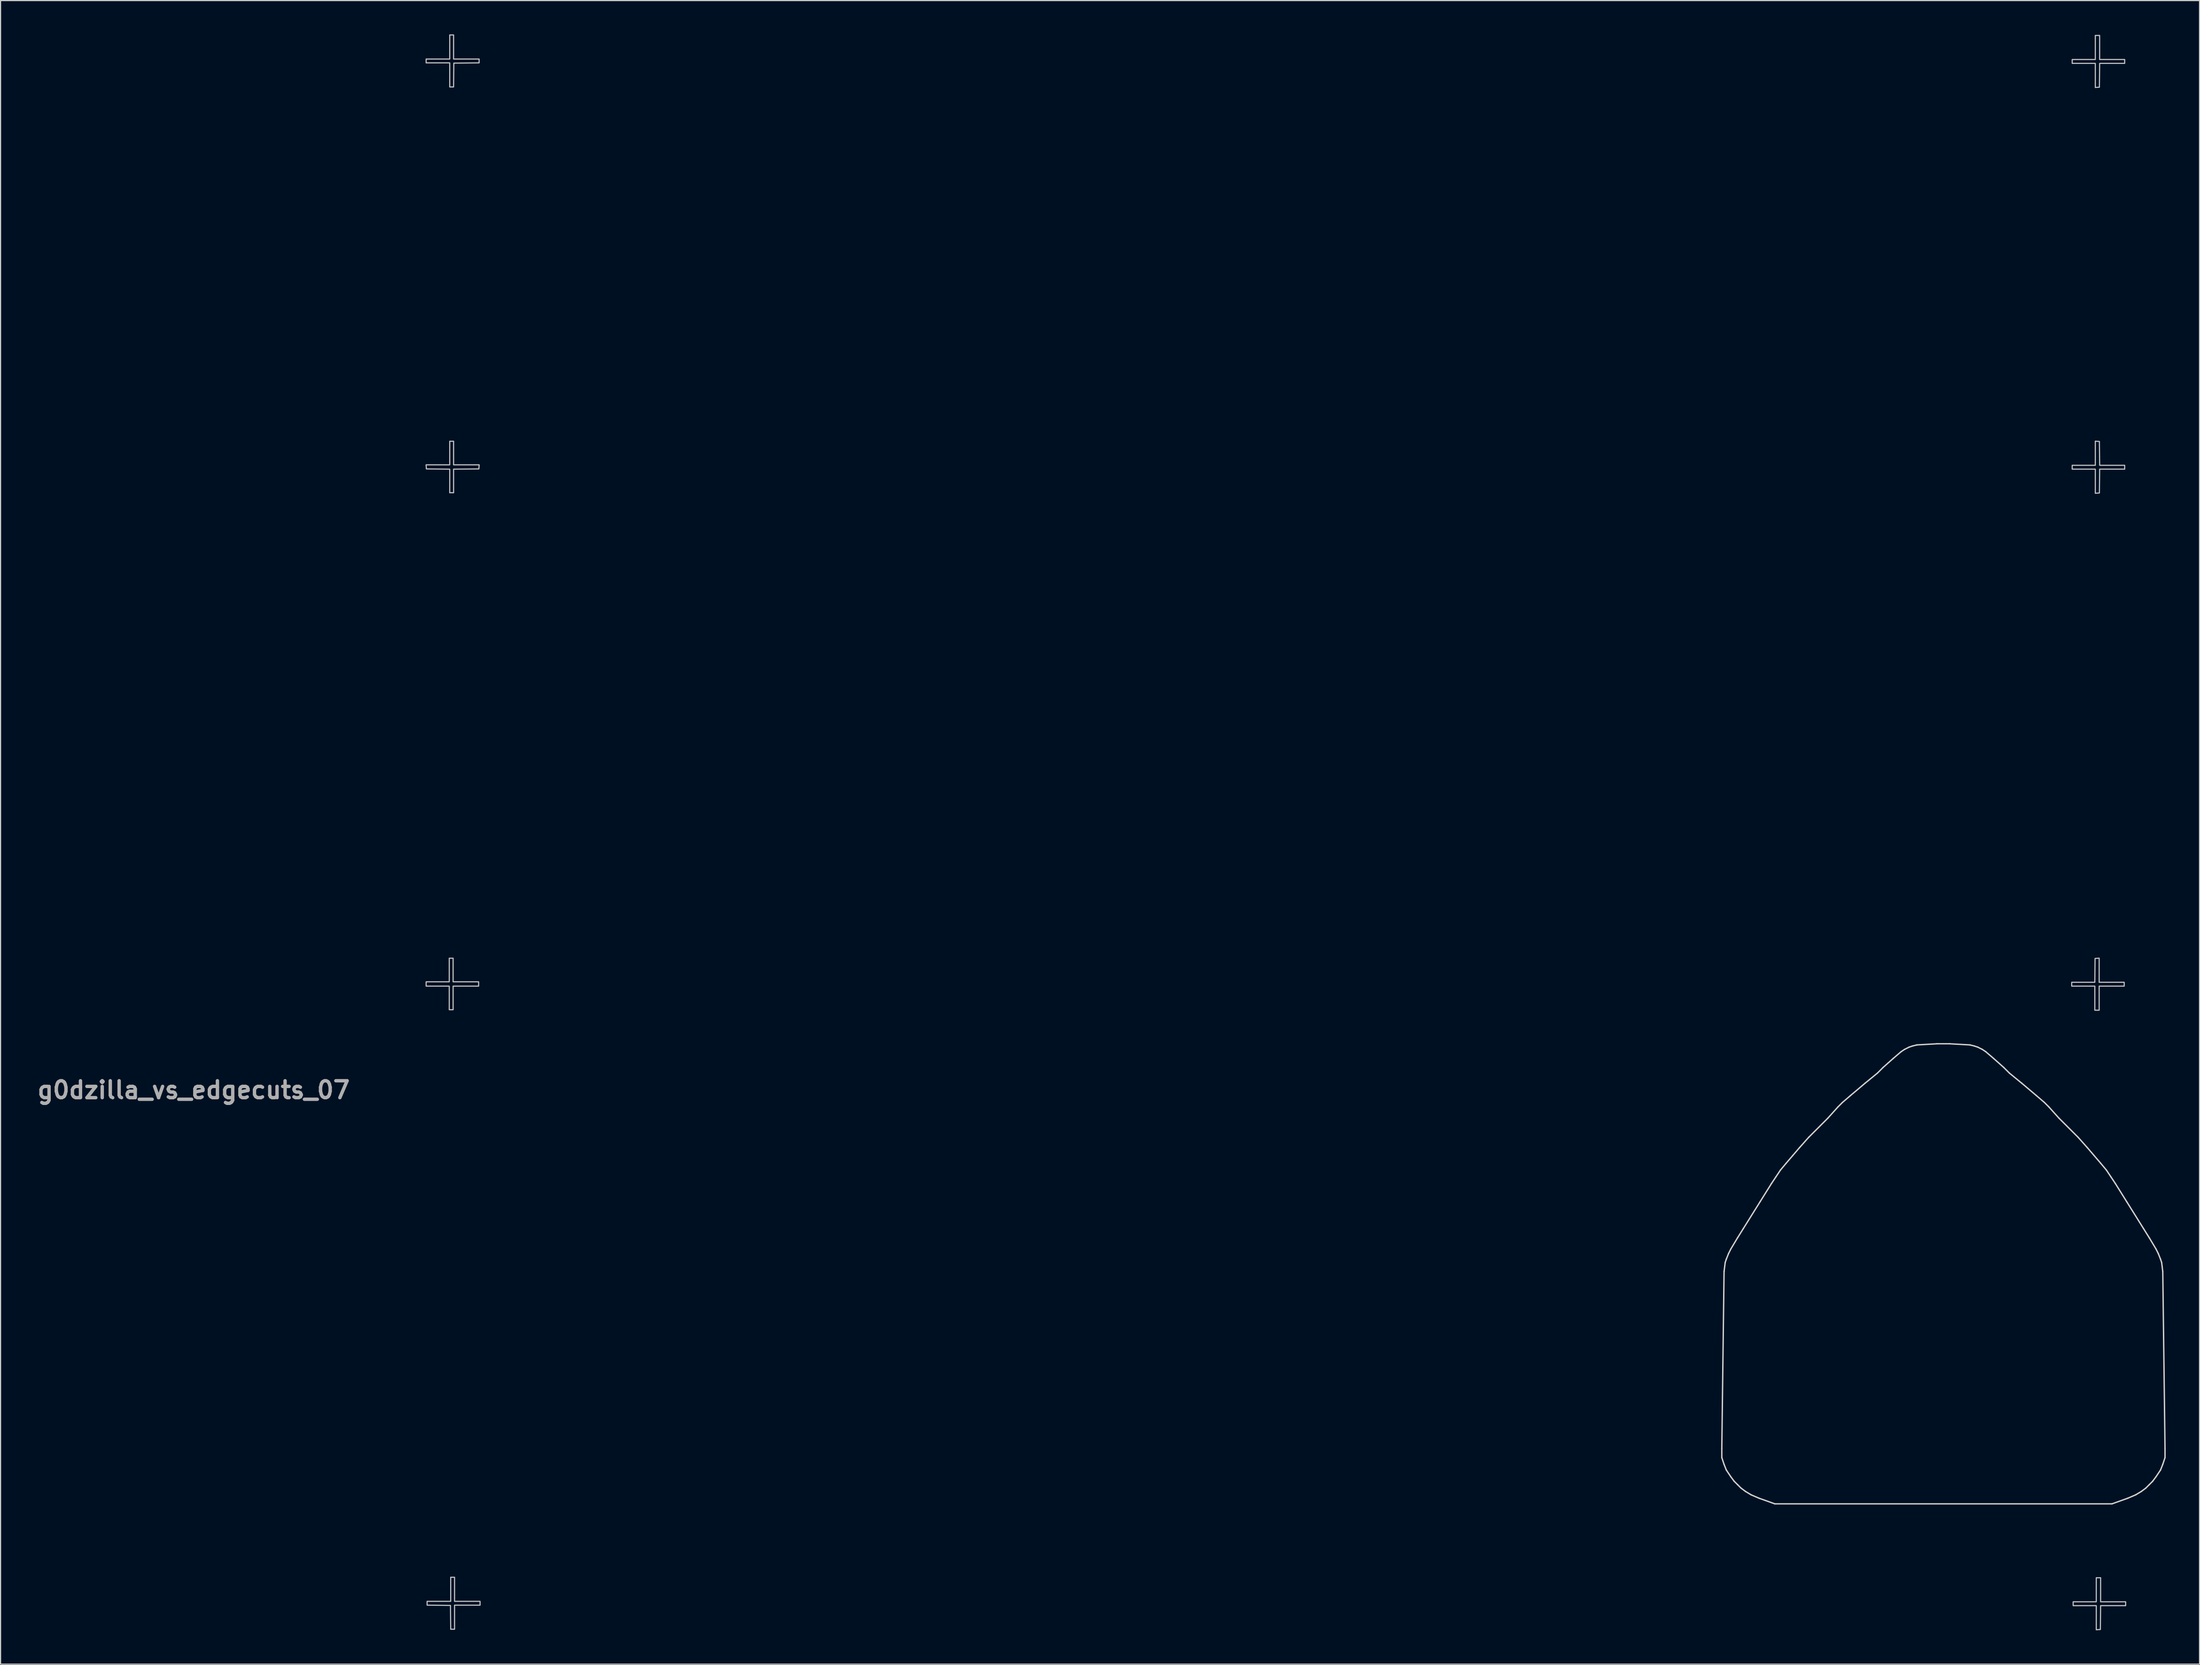
<source format=kicad_pcb>
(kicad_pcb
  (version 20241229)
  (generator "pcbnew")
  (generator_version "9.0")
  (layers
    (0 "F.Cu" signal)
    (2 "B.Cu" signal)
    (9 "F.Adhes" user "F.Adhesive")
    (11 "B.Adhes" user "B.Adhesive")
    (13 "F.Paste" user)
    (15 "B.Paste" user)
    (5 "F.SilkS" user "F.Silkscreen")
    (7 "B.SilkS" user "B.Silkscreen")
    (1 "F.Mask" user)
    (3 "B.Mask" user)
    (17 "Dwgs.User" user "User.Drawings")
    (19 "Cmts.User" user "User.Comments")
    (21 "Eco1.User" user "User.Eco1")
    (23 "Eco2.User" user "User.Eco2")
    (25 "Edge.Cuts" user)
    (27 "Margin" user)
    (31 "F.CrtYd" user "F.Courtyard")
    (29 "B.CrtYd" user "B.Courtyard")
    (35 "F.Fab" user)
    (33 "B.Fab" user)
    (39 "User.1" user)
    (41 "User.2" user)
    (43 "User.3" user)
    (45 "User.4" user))
  (footprint "g0dzilla_vs_edgecuts_07"
    (layer "F.Cu")
    (at 107.521 74.116)
    (property "Reference" "g0dzilla_vs_edgecuts_07" (at -93.4 19.5 0) (layer "F.Fab") (effects (font (size 1.5 1.5) (thickness 0.3))))
    (attr board_only exclude_from_pos_files exclude_from_bom)
    (fp_poly (pts (xy -70.394 8.858) (xy -70.394 9.904) (xy -69.263 9.904) (xy -68.132 9.904) (xy -68.132 10.096) (xy -68.132 10.288) (xy -69.263 10.288) (xy -70.394 10.288) (xy -70.394 11.334) (xy -70.394 12.38) (xy -70.565 12.38) (xy -70.736 12.38) (xy -70.736 11.334) (xy -70.736 10.288) (xy -71.76 10.288) (xy -72.785 10.288) (xy -72.785 10.096) (xy -72.785 9.904) (xy -71.76 9.904) (xy -70.736 9.904) (xy -70.736 8.858) (xy -70.736 7.812) (xy -70.565 7.812) (xy -70.394 7.812)) (stroke (width 0.1) (type solid)) (fill no) (layer "Dwgs.User"))
    (fp_poly (pts (xy -70.352 -72.998) (xy -70.352 -71.931) (xy -69.22 -71.931) (xy -68.089 -71.931) (xy -68.089 -71.761) (xy -68.089 -71.591) (xy -69.21 -71.58) (xy -70.33 -71.568) (xy -70.342 -70.512) (xy -70.353 -69.455) (xy -70.523 -69.455) (xy -70.693 -69.455) (xy -70.693 -70.522) (xy -70.693 -71.59) (xy -71.739 -71.59) (xy -72.785 -71.59) (xy -72.785 -71.76) (xy -72.785 -71.931) (xy -71.739 -71.931) (xy -70.693 -71.931) (xy -70.693 -72.998) (xy -70.693 -74.066) (xy -70.522 -74.066) (xy -70.352 -74.066)) (stroke (width 0.1) (type solid)) (fill no) (layer "Dwgs.User"))
    (fp_poly (pts (xy -70.352 -36.99) (xy -70.352 -35.944) (xy -69.218 -35.944) (xy -68.084 -35.944) (xy -68.097 -35.763) (xy -68.11 -35.581) (xy -69.231 -35.57) (xy -70.352 -35.559) (xy -70.352 -34.513) (xy -70.352 -33.468) (xy -70.522 -33.468) (xy -70.693 -33.468) (xy -70.693 -34.513) (xy -70.693 -35.558) (xy -71.728 -35.57) (xy -72.764 -35.581) (xy -72.777 -35.763) (xy -72.79 -35.944) (xy -71.741 -35.944) (xy -70.693 -35.944) (xy -70.693 -36.99) (xy -70.693 -38.036) (xy -70.522 -38.036) (xy -70.352 -38.036)) (stroke (width 0.1) (type solid)) (fill no) (layer "Dwgs.User"))
    (fp_poly (pts (xy -70.266 63.777) (xy -70.266 64.845) (xy -69.135 64.845) (xy -68.004 64.845) (xy -68.004 65.015) (xy -68.004 65.186) (xy -69.135 65.186) (xy -70.266 65.186) (xy -70.266 66.253) (xy -70.266 67.321) (xy -70.436 67.321) (xy -70.606 67.321) (xy -70.618 66.264) (xy -70.629 65.208) (xy -71.664 65.196) (xy -72.699 65.185) (xy -72.699 65.015) (xy -72.699 64.845) (xy -71.654 64.845) (xy -70.608 64.845) (xy -70.608 63.777) (xy -70.608 62.71) (xy -70.437 62.71) (xy -70.266 62.71)) (stroke (width 0.1) (type solid)) (fill no) (layer "Dwgs.User"))
    (fp_poly (pts (xy 75.4 -38.028) (xy 75.581 -38.015) (xy 75.592 -36.958) (xy 75.604 -35.902) (xy 76.713 -35.902) (xy 77.822 -35.902) (xy 77.822 -35.731) (xy 77.822 -35.56) (xy 76.713 -35.56) (xy 75.604 -35.56) (xy 75.592 -34.503) (xy 75.581 -33.447) (xy 75.4 -33.434) (xy 75.218 -33.421) (xy 75.218 -34.49) (xy 75.218 -35.56) (xy 74.194 -35.56) (xy 73.169 -35.56) (xy 73.169 -35.731) (xy 73.169 -35.902) (xy 74.194 -35.902) (xy 75.218 -35.902) (xy 75.218 -36.971) (xy 75.218 -38.041)) (stroke (width 0.1) (type solid)) (fill no) (layer "Dwgs.User"))
    (fp_poly (pts (xy 75.56 8.877) (xy 75.56 9.947) (xy 76.67 9.947) (xy 77.779 9.947) (xy 77.779 10.117) (xy 77.779 10.288) (xy 76.67 10.288) (xy 75.56 10.288) (xy 75.56 11.355) (xy 75.56 12.423) (xy 75.368 12.423) (xy 75.175 12.423) (xy 75.175 11.355) (xy 75.175 10.288) (xy 74.151 10.288) (xy 73.126 10.288) (xy 73.126 10.117) (xy 73.126 9.947) (xy 74.15 9.947) (xy 75.174 9.947) (xy 75.185 8.89) (xy 75.197 7.833) (xy 75.378 7.82) (xy 75.56 7.807)) (stroke (width 0.1) (type solid)) (fill no) (layer "Dwgs.User"))
    (fp_poly (pts (xy 75.602 -72.956) (xy 75.602 -71.888) (xy 76.712 -71.888) (xy 77.822 -71.888) (xy 77.822 -71.718) (xy 77.822 -71.547) (xy 76.713 -71.547) (xy 75.604 -71.547) (xy 75.592 -70.49) (xy 75.581 -69.434) (xy 75.4 -69.421) (xy 75.218 -69.408) (xy 75.218 -70.477) (xy 75.218 -71.547) (xy 74.194 -71.547) (xy 73.169 -71.547) (xy 73.169 -71.718) (xy 73.169 -71.888) (xy 74.194 -71.888) (xy 75.218 -71.888) (xy 75.218 -72.956) (xy 75.218 -74.023) (xy 75.41 -74.023) (xy 75.602 -74.023)) (stroke (width 0.1) (type solid)) (fill no) (layer "Dwgs.User"))
    (fp_poly (pts (xy 75.688 63.82) (xy 75.688 64.887) (xy 76.798 64.887) (xy 77.908 64.887) (xy 77.908 65.058) (xy 77.908 65.229) (xy 76.798 65.229) (xy 75.689 65.229) (xy 75.678 66.285) (xy 75.666 67.342) (xy 75.485 67.355) (xy 75.304 67.368) (xy 75.304 66.299) (xy 75.304 65.229) (xy 74.279 65.229) (xy 73.254 65.229) (xy 73.254 65.058) (xy 73.254 64.887) (xy 74.279 64.887) (xy 75.304 64.887) (xy 75.304 63.82) (xy 75.304 62.753) (xy 75.496 62.753) (xy 75.688 62.753)) (stroke (width 0.1) (type solid)) (fill no) (layer "Dwgs.User"))
    (fp_line (start 42.1 51.3) (end 42.3 35.6) (stroke (width 0.12) (type default)) (layer "Edge.Cuts"))
    (fp_line (start 42.1 52.1) (end 42.1 51.3) (stroke (width 0.12) (type default)) (layer "Edge.Cuts"))
    (fp_line (start 42.3 35.6) (end 42.4 34.8) (stroke (width 0.12) (type default)) (layer "Edge.Cuts"))
    (fp_line (start 42.3 52.7) (end 42.1 52.1) (stroke (width 0.12) (type default)) (layer "Edge.Cuts"))
    (fp_line (start 42.4 34.8) (end 42.5 34.5) (stroke (width 0.12) (type default)) (layer "Edge.Cuts"))
    (fp_line (start 42.5 34.5) (end 42.7 34) (stroke (width 0.12) (type default)) (layer "Edge.Cuts"))
    (fp_line (start 42.5 53.2) (end 42.3 52.7) (stroke (width 0.12) (type default)) (layer "Edge.Cuts"))
    (fp_line (start 42.7 34) (end 42.9 33.6) (stroke (width 0.12) (type default)) (layer "Edge.Cuts"))
    (fp_line (start 42.9 33.6) (end 43.5 32.6) (stroke (width 0.12) (type default)) (layer "Edge.Cuts"))
    (fp_line (start 42.9 53.8) (end 42.5 53.2) (stroke (width 0.12) (type default)) (layer "Edge.Cuts"))
    (fp_line (start 43.2 54.2) (end 42.9 53.8) (stroke (width 0.12) (type default)) (layer "Edge.Cuts"))
    (fp_line (start 43.5 32.6) (end 44 31.8) (stroke (width 0.12) (type default)) (layer "Edge.Cuts"))
    (fp_line (start 43.5 54.5) (end 43.2 54.2) (stroke (width 0.12) (type default)) (layer "Edge.Cuts"))
    (fp_line (start 43.8 54.8) (end 43.5 54.5) (stroke (width 0.12) (type default)) (layer "Edge.Cuts"))
    (fp_line (start 44 31.8) (end 45.5 29.4) (stroke (width 0.12) (type default)) (layer "Edge.Cuts"))
    (fp_line (start 44.2 55.1) (end 43.8 54.8) (stroke (width 0.12) (type default)) (layer "Edge.Cuts"))
    (fp_line (start 44.7 55.4) (end 44.2 55.1) (stroke (width 0.12) (type default)) (layer "Edge.Cuts"))
    (fp_line (start 45.4 55.7) (end 44.7 55.4) (stroke (width 0.12) (type default)) (layer "Edge.Cuts"))
    (fp_line (start 45.5 29.4) (end 46.5 27.8) (stroke (width 0.12) (type default)) (layer "Edge.Cuts"))
    (fp_line (start 46.5 27.8) (end 46.9 27.2) (stroke (width 0.12) (type default)) (layer "Edge.Cuts"))
    (fp_line (start 46.8 56.2) (end 45.4 55.7) (stroke (width 0.12) (type default)) (layer "Edge.Cuts"))
    (fp_line (start 46.8 56.2) (end 76.7 56.2) (stroke (width 0.12) (type default)) (layer "Edge.Cuts"))
    (fp_line (start 46.9 27.2) (end 47.3 26.6) (stroke (width 0.12) (type default)) (layer "Edge.Cuts"))
    (fp_line (start 47.3 26.6) (end 47.8 26) (stroke (width 0.12) (type default)) (layer "Edge.Cuts"))
    (fp_line (start 47.8 26) (end 48.4 25.3) (stroke (width 0.12) (type default)) (layer "Edge.Cuts"))
    (fp_line (start 48.4 25.3) (end 49 24.6) (stroke (width 0.12) (type default)) (layer "Edge.Cuts"))
    (fp_line (start 49 24.6) (end 49.8 23.7) (stroke (width 0.12) (type default)) (layer "Edge.Cuts"))
    (fp_line (start 49.8 23.7) (end 51.5 22) (stroke (width 0.12) (type default)) (layer "Edge.Cuts"))
    (fp_line (start 51.5 22) (end 52.4 21) (stroke (width 0.12) (type default)) (layer "Edge.Cuts"))
    (fp_line (start 52.4 21) (end 52.8 20.6) (stroke (width 0.12) (type default)) (layer "Edge.Cuts"))
    (fp_line (start 52.8 20.6) (end 53.5 20) (stroke (width 0.12) (type default)) (layer "Edge.Cuts"))
    (fp_line (start 53.5 20) (end 54.8 18.9) (stroke (width 0.12) (type default)) (layer "Edge.Cuts"))
    (fp_line (start 54.8 18.9) (end 55.9 18) (stroke (width 0.12) (type default)) (layer "Edge.Cuts"))
    (fp_line (start 55.9 18) (end 56.4 17.5) (stroke (width 0.12) (type default)) (layer "Edge.Cuts"))
    (fp_line (start 56.4 17.5) (end 57.3 16.7) (stroke (width 0.12) (type default)) (layer "Edge.Cuts"))
    (fp_line (start 57.3 16.7) (end 58 16.1) (stroke (width 0.12) (type default)) (layer "Edge.Cuts"))
    (fp_line (start 58 16.1) (end 58.3 15.9) (stroke (width 0.12) (type default)) (layer "Edge.Cuts"))
    (fp_line (start 58.3 15.9) (end 58.7 15.7) (stroke (width 0.12) (type default)) (layer "Edge.Cuts"))
    (fp_line (start 58.7 15.7) (end 59 15.6) (stroke (width 0.12) (type default)) (layer "Edge.Cuts"))
    (fp_line (start 59 15.6) (end 59.4 15.5) (stroke (width 0.12) (type default)) (layer "Edge.Cuts"))
    (fp_line (start 59.4 15.5) (end 61.2 15.4) (stroke (width 0.12) (type default)) (layer "Edge.Cuts"))
    (fp_line (start 61.2 15.4) (end 62.3 15.4) (stroke (width 0.12) (type default)) (layer "Edge.Cuts"))
    (fp_line (start 64.1 15.5) (end 62.3 15.4) (stroke (width 0.12) (type default)) (layer "Edge.Cuts"))
    (fp_line (start 64.5 15.6) (end 64.1 15.5) (stroke (width 0.12) (type default)) (layer "Edge.Cuts"))
    (fp_line (start 64.8 15.7) (end 64.5 15.6) (stroke (width 0.12) (type default)) (layer "Edge.Cuts"))
    (fp_line (start 65.2 15.9) (end 64.8 15.7) (stroke (width 0.12) (type default)) (layer "Edge.Cuts"))
    (fp_line (start 65.5 16.1) (end 65.2 15.9) (stroke (width 0.12) (type default)) (layer "Edge.Cuts"))
    (fp_line (start 66.2 16.7) (end 65.5 16.1) (stroke (width 0.12) (type default)) (layer "Edge.Cuts"))
    (fp_line (start 67.1 17.5) (end 66.2 16.7) (stroke (width 0.12) (type default)) (layer "Edge.Cuts"))
    (fp_line (start 67.6 18) (end 67.1 17.5) (stroke (width 0.12) (type default)) (layer "Edge.Cuts"))
    (fp_line (start 68.7 18.9) (end 67.6 18) (stroke (width 0.12) (type default)) (layer "Edge.Cuts"))
    (fp_line (start 70 20) (end 68.7 18.9) (stroke (width 0.12) (type default)) (layer "Edge.Cuts"))
    (fp_line (start 70.7 20.6) (end 70 20) (stroke (width 0.12) (type default)) (layer "Edge.Cuts"))
    (fp_line (start 71.1 21) (end 70.7 20.6) (stroke (width 0.12) (type default)) (layer "Edge.Cuts"))
    (fp_line (start 72 22) (end 71.1 21) (stroke (width 0.12) (type default)) (layer "Edge.Cuts"))
    (fp_line (start 73.7 23.7) (end 72 22) (stroke (width 0.12) (type default)) (layer "Edge.Cuts"))
    (fp_line (start 74.5 24.6) (end 73.7 23.7) (stroke (width 0.12) (type default)) (layer "Edge.Cuts"))
    (fp_line (start 75.1 25.3) (end 74.5 24.6) (stroke (width 0.12) (type default)) (layer "Edge.Cuts"))
    (fp_line (start 75.7 26) (end 75.1 25.3) (stroke (width 0.12) (type default)) (layer "Edge.Cuts"))
    (fp_line (start 76.2 26.6) (end 75.7 26) (stroke (width 0.12) (type default)) (layer "Edge.Cuts"))
    (fp_line (start 76.6 27.2) (end 76.2 26.6) (stroke (width 0.12) (type default)) (layer "Edge.Cuts"))
    (fp_line (start 76.7 56.2) (end 78.1 55.7) (stroke (width 0.12) (type default)) (layer "Edge.Cuts"))
    (fp_line (start 77 27.8) (end 76.6 27.2) (stroke (width 0.12) (type default)) (layer "Edge.Cuts"))
    (fp_line (start 78 29.4) (end 77 27.8) (stroke (width 0.12) (type default)) (layer "Edge.Cuts"))
    (fp_line (start 78.1 55.7) (end 78.8 55.4) (stroke (width 0.12) (type default)) (layer "Edge.Cuts"))
    (fp_line (start 78.8 55.4) (end 79.3 55.1) (stroke (width 0.12) (type default)) (layer "Edge.Cuts"))
    (fp_line (start 79.3 55.1) (end 79.7 54.8) (stroke (width 0.12) (type default)) (layer "Edge.Cuts"))
    (fp_line (start 79.5 31.8) (end 78 29.4) (stroke (width 0.12) (type default)) (layer "Edge.Cuts"))
    (fp_line (start 79.7 54.8) (end 80 54.5) (stroke (width 0.12) (type default)) (layer "Edge.Cuts"))
    (fp_line (start 80 32.6) (end 79.5 31.8) (stroke (width 0.12) (type default)) (layer "Edge.Cuts"))
    (fp_line (start 80 54.5) (end 80.3 54.2) (stroke (width 0.12) (type default)) (layer "Edge.Cuts"))
    (fp_line (start 80.3 54.2) (end 80.6 53.8) (stroke (width 0.12) (type default)) (layer "Edge.Cuts"))
    (fp_line (start 80.6 33.6) (end 80 32.6) (stroke (width 0.12) (type default)) (layer "Edge.Cuts"))
    (fp_line (start 80.6 53.8) (end 81 53.2) (stroke (width 0.12) (type default)) (layer "Edge.Cuts"))
    (fp_line (start 80.8 34) (end 80.6 33.6) (stroke (width 0.12) (type default)) (layer "Edge.Cuts"))
    (fp_line (start 81 34.5) (end 80.8 34) (stroke (width 0.12) (type default)) (layer "Edge.Cuts"))
    (fp_line (start 81 53.2) (end 81.2 52.7) (stroke (width 0.12) (type default)) (layer "Edge.Cuts"))
    (fp_line (start 81.1 34.8) (end 81 34.5) (stroke (width 0.12) (type default)) (layer "Edge.Cuts"))
    (fp_line (start 81.2 35.6) (end 81.1 34.8) (stroke (width 0.12) (type default)) (layer "Edge.Cuts"))
    (fp_line (start 81.2 52.7) (end 81.4 52.1) (stroke (width 0.12) (type default)) (layer "Edge.Cuts"))
    (fp_line (start 81.4 51.3) (end 81.2 35.6) (stroke (width 0.12) (type default)) (layer "Edge.Cuts"))
    (fp_line (start 81.4 52.1) (end 81.4 51.3) (stroke (width 0.12) (type default)) (layer "Edge.Cuts"))
    (fp_line (start 46.8 55) (end 46.8 56.2) (stroke (width 0.12) (type default)) (layer "User.9"))
    (fp_line (start 46.8 55) (end 76.7 55) (stroke (width 0.12) (type default)) (layer "User.9"))
    (fp_line (start 55.3 43.1) (end 68.2 43.1) (stroke (width 0.12) (type default)) (layer "User.9"))
    (fp_line (start 55.3 48.9) (end 55.3 43.1) (stroke (width 0.12) (type default)) (layer "User.9"))
    (fp_line (start 55.3 48.9) (end 68.2 48.9) (stroke (width 0.12) (type default)) (layer "User.9"))
    (fp_line (start 55.3 54.7) (end 55.3 55) (stroke (width 0.12) (type default)) (layer "User.9"))
    (fp_line (start 59.7 42.2) (end 59.7 43.1) (stroke (width 0.12) (type default)) (layer "User.9"))
    (fp_line (start 59.7 42.2) (end 63.8 42.2) (stroke (width 0.12) (type default)) (layer "User.9"))
    (fp_line (start 63.8 42.2) (end 63.8 43.1) (stroke (width 0.12) (type default)) (layer "User.9"))
    (fp_line (start 68.2 43.1) (end 68.2 48.9) (stroke (width 0.12) (type default)) (layer "User.9"))
    (fp_line (start 68.2 54.7) (end 68.2 55) (stroke (width 0.12) (type default)) (layer "User.9"))
    (fp_line (start 76.7 55) (end 76.7 56.2) (stroke (width 0.12) (type default)) (layer "User.9"))
    (fp_rect (start 60.07 43.87) (end 58.37 45.57) (stroke (width 0.1) (type default)) (fill no) (layer "User.9"))
    (fp_circle (center 59.21 47.27) (end 58.346 47.27) (stroke (width 0.1) (type default)) (fill no) (layer "User.9"))
    (fp_circle (center 61.75 44.73) (end 60.886 44.73) (stroke (width 0.1) (type default)) (fill no) (layer "User.9"))
    (fp_circle (center 61.75 47.27) (end 60.886 47.27) (stroke (width 0.1) (type default)) (fill no) (layer "User.9"))
    (fp_circle (center 64.29 44.73) (end 63.426 44.73) (stroke (width 0.1) (type default)) (fill no) (layer "User.9"))
    (fp_circle (center 64.29 47.27) (end 63.426 47.27) (stroke (width 0.1) (type default)) (fill no) (layer "User.9")))
  (gr_rect
    (start -3 -3)
    (end 191.981 144.534)
    (stroke (width 0.1) (type default))
    (fill no)
    (layer "Edge.Cuts")))
</source>
